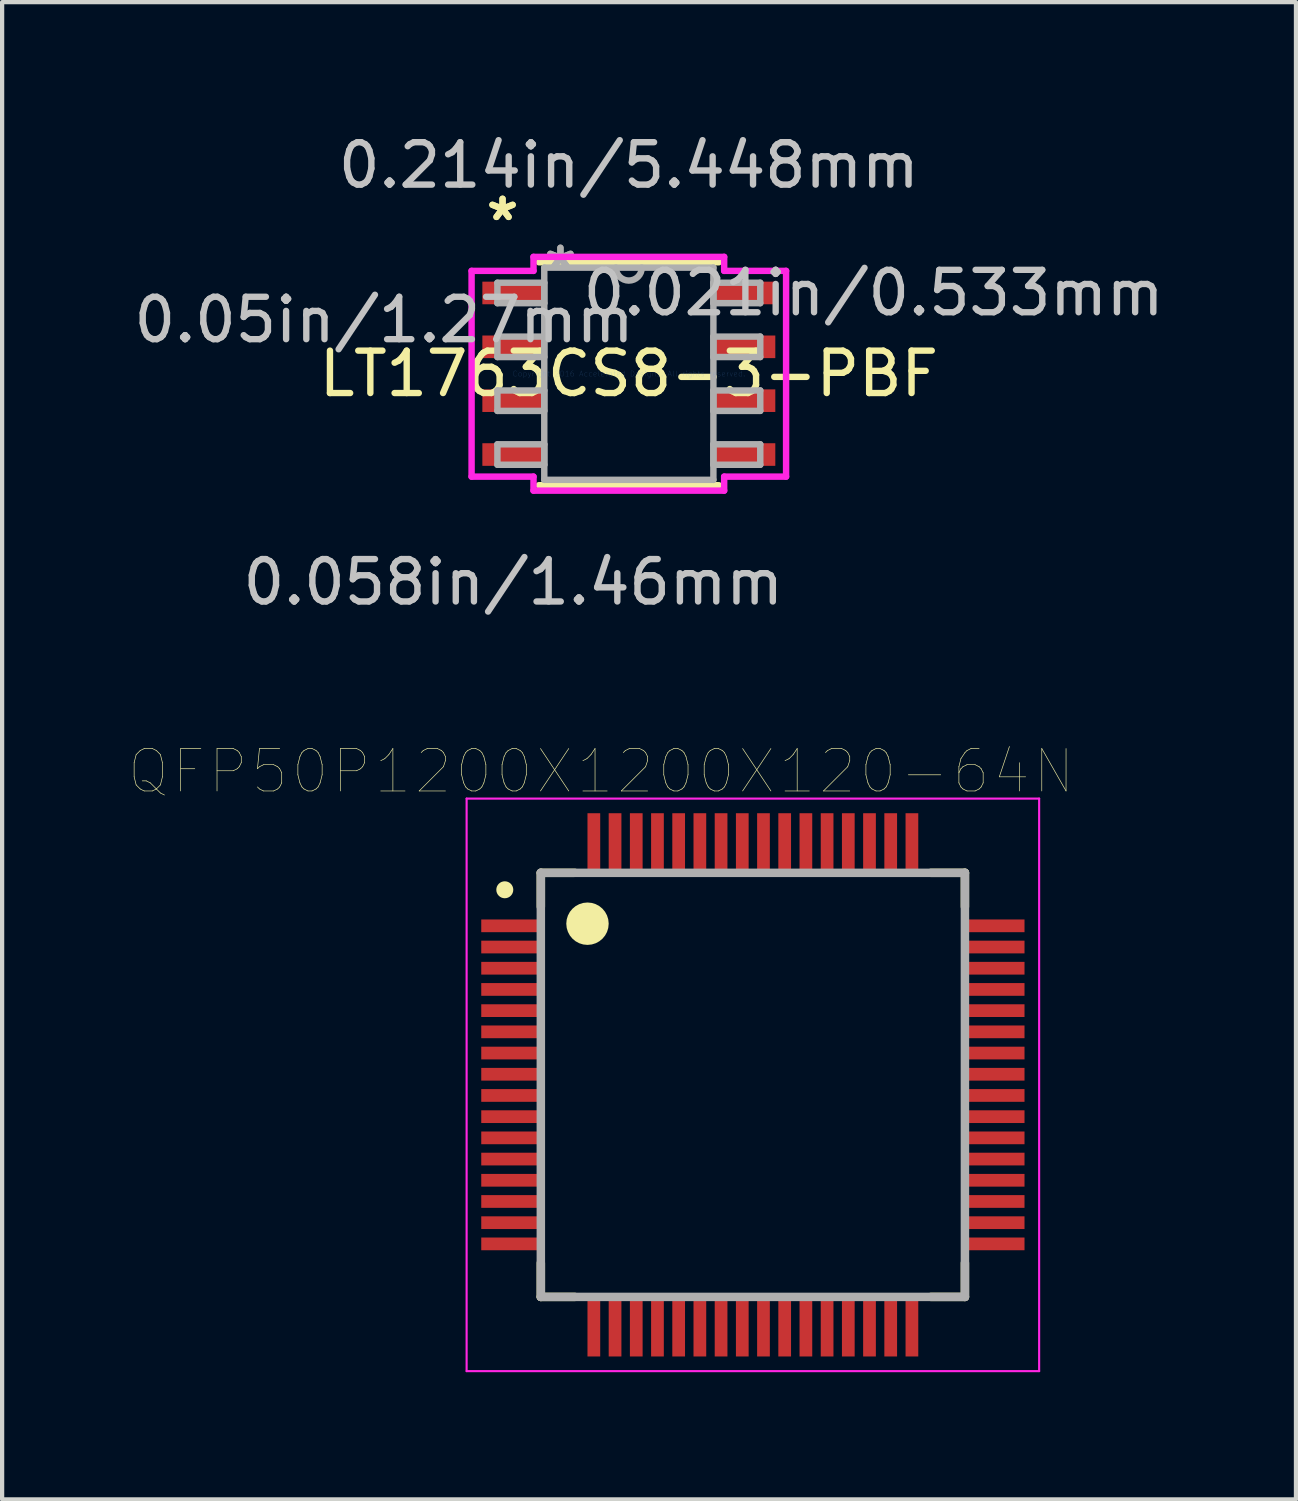
<source format=kicad_pcb>
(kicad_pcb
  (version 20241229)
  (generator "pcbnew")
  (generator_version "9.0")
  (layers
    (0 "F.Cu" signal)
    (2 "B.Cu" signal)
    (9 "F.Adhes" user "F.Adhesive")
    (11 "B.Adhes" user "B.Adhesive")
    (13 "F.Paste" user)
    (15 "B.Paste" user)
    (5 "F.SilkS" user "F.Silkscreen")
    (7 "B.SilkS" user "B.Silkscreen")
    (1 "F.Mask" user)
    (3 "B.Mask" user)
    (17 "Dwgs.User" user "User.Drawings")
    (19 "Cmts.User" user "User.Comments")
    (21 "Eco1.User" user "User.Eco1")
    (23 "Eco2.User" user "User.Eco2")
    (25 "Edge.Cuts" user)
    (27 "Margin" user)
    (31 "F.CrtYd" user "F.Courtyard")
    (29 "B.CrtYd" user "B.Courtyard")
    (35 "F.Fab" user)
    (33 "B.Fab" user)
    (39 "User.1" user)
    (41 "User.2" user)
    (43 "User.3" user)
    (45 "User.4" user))
  (footprint "LT1763CS8-3-PBF"
    (layer "F.Cu")
    (at 11.778 5.763)
    (property "Reference" "LT1763CS8-3-PBF" (at 0 0 0) (layer "F.SilkS") (effects (font (size 1 1) (thickness 0.15))))
    (attr through_hole)
    (fp_line (start -2.121 2.629) (end 2.121 2.629) (stroke (width 0.152) (type solid)) (layer "F.SilkS"))
    (fp_line (start 2.121 -2.629) (end -2.121 -2.629) (stroke (width 0.152) (type solid)) (layer "F.SilkS"))
    (fp_line (start -3.708 -2.426) (end -2.248 -2.426) (stroke (width 0.152) (type solid)) (layer "F.CrtYd"))
    (fp_line (start -3.708 2.426) (end -3.708 -2.426) (stroke (width 0.152) (type solid)) (layer "F.CrtYd"))
    (fp_line (start -2.248 -2.756) (end 2.248 -2.756) (stroke (width 0.152) (type solid)) (layer "F.CrtYd"))
    (fp_line (start -2.248 -2.426) (end -2.248 -2.756) (stroke (width 0.152) (type solid)) (layer "F.CrtYd"))
    (fp_line (start -2.248 2.426) (end -3.708 2.426) (stroke (width 0.152) (type solid)) (layer "F.CrtYd"))
    (fp_line (start -2.248 2.756) (end -2.248 2.426) (stroke (width 0.152) (type solid)) (layer "F.CrtYd"))
    (fp_line (start 2.248 -2.756) (end 2.248 -2.426) (stroke (width 0.152) (type solid)) (layer "F.CrtYd"))
    (fp_line (start 2.248 -2.426) (end 3.708 -2.426) (stroke (width 0.152) (type solid)) (layer "F.CrtYd"))
    (fp_line (start 2.248 2.426) (end 2.248 2.756) (stroke (width 0.152) (type solid)) (layer "F.CrtYd"))
    (fp_line (start 2.248 2.756) (end -2.248 2.756) (stroke (width 0.152) (type solid)) (layer "F.CrtYd"))
    (fp_line (start 3.708 -2.426) (end 3.708 2.426) (stroke (width 0.152) (type solid)) (layer "F.CrtYd"))
    (fp_line (start 3.708 2.426) (end 2.248 2.426) (stroke (width 0.152) (type solid)) (layer "F.CrtYd"))
    (fp_line (start -3.099 -2.146) (end -3.099 -1.664) (stroke (width 0.152) (type solid)) (layer "F.Fab"))
    (fp_line (start -3.099 -1.664) (end -1.994 -1.664) (stroke (width 0.152) (type solid)) (layer "F.Fab"))
    (fp_line (start -3.099 -0.876) (end -3.099 -0.394) (stroke (width 0.152) (type solid)) (layer "F.Fab"))
    (fp_line (start -3.099 -0.394) (end -1.994 -0.394) (stroke (width 0.152) (type solid)) (layer "F.Fab"))
    (fp_line (start -3.099 0.394) (end -3.099 0.876) (stroke (width 0.152) (type solid)) (layer "F.Fab"))
    (fp_line (start -3.099 0.876) (end -1.994 0.876) (stroke (width 0.152) (type solid)) (layer "F.Fab"))
    (fp_line (start -3.099 1.664) (end -3.099 2.146) (stroke (width 0.152) (type solid)) (layer "F.Fab"))
    (fp_line (start -3.099 2.146) (end -1.994 2.146) (stroke (width 0.152) (type solid)) (layer "F.Fab"))
    (fp_line (start -1.994 -2.502) (end -1.994 2.502) (stroke (width 0.152) (type solid)) (layer "F.Fab"))
    (fp_line (start -1.994 -2.146) (end -3.099 -2.146) (stroke (width 0.152) (type solid)) (layer "F.Fab"))
    (fp_line (start -1.994 -1.664) (end -1.994 -2.146) (stroke (width 0.152) (type solid)) (layer "F.Fab"))
    (fp_line (start -1.994 -0.876) (end -3.099 -0.876) (stroke (width 0.152) (type solid)) (layer "F.Fab"))
    (fp_line (start -1.994 -0.394) (end -1.994 -0.876) (stroke (width 0.152) (type solid)) (layer "F.Fab"))
    (fp_line (start -1.994 0.394) (end -3.099 0.394) (stroke (width 0.152) (type solid)) (layer "F.Fab"))
    (fp_line (start -1.994 0.876) (end -1.994 0.394) (stroke (width 0.152) (type solid)) (layer "F.Fab"))
    (fp_line (start -1.994 1.664) (end -3.099 1.664) (stroke (width 0.152) (type solid)) (layer "F.Fab"))
    (fp_line (start -1.994 2.146) (end -1.994 1.664) (stroke (width 0.152) (type solid)) (layer "F.Fab"))
    (fp_line (start -1.994 2.502) (end 1.994 2.502) (stroke (width 0.152) (type solid)) (layer "F.Fab"))
    (fp_line (start 1.994 -2.502) (end -1.994 -2.502) (stroke (width 0.152) (type solid)) (layer "F.Fab"))
    (fp_line (start 1.994 -2.146) (end 1.994 -1.664) (stroke (width 0.152) (type solid)) (layer "F.Fab"))
    (fp_line (start 1.994 -1.664) (end 3.099 -1.664) (stroke (width 0.152) (type solid)) (layer "F.Fab"))
    (fp_line (start 1.994 -0.876) (end 1.994 -0.394) (stroke (width 0.152) (type solid)) (layer "F.Fab"))
    (fp_line (start 1.994 -0.394) (end 3.099 -0.394) (stroke (width 0.152) (type solid)) (layer "F.Fab"))
    (fp_line (start 1.994 0.394) (end 1.994 0.876) (stroke (width 0.152) (type solid)) (layer "F.Fab"))
    (fp_line (start 1.994 0.876) (end 3.099 0.876) (stroke (width 0.152) (type solid)) (layer "F.Fab"))
    (fp_line (start 1.994 1.664) (end 1.994 2.146) (stroke (width 0.152) (type solid)) (layer "F.Fab"))
    (fp_line (start 1.994 2.146) (end 3.099 2.146) (stroke (width 0.152) (type solid)) (layer "F.Fab"))
    (fp_line (start 1.994 2.502) (end 1.994 -2.502) (stroke (width 0.152) (type solid)) (layer "F.Fab"))
    (fp_line (start 3.099 -2.146) (end 1.994 -2.146) (stroke (width 0.152) (type solid)) (layer "F.Fab"))
    (fp_line (start 3.099 -1.664) (end 3.099 -2.146) (stroke (width 0.152) (type solid)) (layer "F.Fab"))
    (fp_line (start 3.099 -0.876) (end 1.994 -0.876) (stroke (width 0.152) (type solid)) (layer "F.Fab"))
    (fp_line (start 3.099 -0.394) (end 3.099 -0.876) (stroke (width 0.152) (type solid)) (layer "F.Fab"))
    (fp_line (start 3.099 0.394) (end 1.994 0.394) (stroke (width 0.152) (type solid)) (layer "F.Fab"))
    (fp_line (start 3.099 0.876) (end 3.099 0.394) (stroke (width 0.152) (type solid)) (layer "F.Fab"))
    (fp_line (start 3.099 1.664) (end 1.994 1.664) (stroke (width 0.152) (type solid)) (layer "F.Fab"))
    (fp_line (start 3.099 2.146) (end 3.099 1.664) (stroke (width 0.152) (type solid)) (layer "F.Fab"))
    (fp_arc (start 0.3048 -2.5019) (mid 0 -2.1971) (end -0.3048 -2.5019) (stroke (width 0.1524) (type solid)) (layer "F.Fab"))
    (fp_text user "*" (at -2.978 -3.581 0) (layer "F.SilkS") (effects (font (size 1 1) (thickness 0.15))))
    (fp_text user "*" (at -2.978 -3.581 0) (layer "F.SilkS") (effects (font (size 1 1) (thickness 0.15))))
    (fp_text user "0.058in/1.46mm" (at -2.724 4.915 0) (layer "Dwgs.User") (effects (font (size 1 1) (thickness 0.15))))
    (fp_text user "0.021in/0.533mm" (at 5.772 -1.905 0) (layer "Dwgs.User") (effects (font (size 1 1) (thickness 0.15))))
    (fp_text user "0.214in/5.448mm" (at 0 -4.915 0) (layer "Dwgs.User") (effects (font (size 1 1) (thickness 0.15))))
    (fp_text user "0.05in/1.27mm" (at -5.772 -1.27 0) (layer "Dwgs.User") (effects (font (size 1 1) (thickness 0.15))))
    (fp_text user "Copyright 2016 Accelerated Designs. All rights reserved." (at 0 0 0) (layer "Cmts.User") (effects (font (size 0.127 0.127) (thickness 0.002))))
    (fp_text user "*" (at -1.613 -2.426 0) (layer "F.Fab") (effects (font (size 1 1) (thickness 0.15))))
    (fp_text user "*" (at -1.613 -2.426 0) (layer "F.Fab") (effects (font (size 1 1) (thickness 0.15))))
    (pad "1" smd rect (at -2.724 -1.905) (size 1.46 0.533) (layers "F.Cu" "F.Mask" "F.Paste"))
    (pad "2" smd rect (at -2.724 -0.635) (size 1.46 0.533) (layers "F.Cu" "F.Mask" "F.Paste"))
    (pad "3" smd rect (at -2.724 0.635) (size 1.46 0.533) (layers "F.Cu" "F.Mask" "F.Paste"))
    (pad "4" smd rect (at -2.724 1.905) (size 1.46 0.533) (layers "F.Cu" "F.Mask" "F.Paste"))
    (pad "5" smd rect (at 2.724 1.905) (size 1.46 0.533) (layers "F.Cu" "F.Mask" "F.Paste"))
    (pad "6" smd rect (at 2.724 0.635) (size 1.46 0.533) (layers "F.Cu" "F.Mask" "F.Paste"))
    (pad "7" smd rect (at 2.724 -0.635) (size 1.46 0.533) (layers "F.Cu" "F.Mask" "F.Paste"))
    (pad "8" smd rect (at 2.724 -1.905) (size 1.46 0.533) (layers "F.Cu" "F.Mask" "F.Paste")))
  (footprint "QFP50P1200X1200X120-64N"
    (layer "F.Cu")
    (at 14.703 22.531)
    (property "Reference" "QFP50P1200X1200X120-64N" (at -3.579 -7.392 0) (layer "F.SilkS") (effects (font (size 1.001 1.001) (thickness 0.015))))
    (attr through_hole)
    (fp_line (start -5 -5) (end -5 -4.2) (stroke (width 0.2) (type solid)) (layer "F.SilkS"))
    (fp_line (start -5 4.2) (end -5 5) (stroke (width 0.2) (type solid)) (layer "F.SilkS"))
    (fp_line (start -5 5) (end -4.2 5) (stroke (width 0.2) (type solid)) (layer "F.SilkS"))
    (fp_line (start -4.2 -5) (end -5 -5) (stroke (width 0.2) (type solid)) (layer "F.SilkS"))
    (fp_line (start 4.2 5) (end 5 5) (stroke (width 0.2) (type solid)) (layer "F.SilkS"))
    (fp_line (start 5 -5) (end 4.2 -5) (stroke (width 0.2) (type solid)) (layer "F.SilkS"))
    (fp_line (start 5 -4.2) (end 5 -5) (stroke (width 0.2) (type solid)) (layer "F.SilkS"))
    (fp_line (start 5 5) (end 5 4.2) (stroke (width 0.2) (type solid)) (layer "F.SilkS"))
    (fp_circle (center -5.85 -4.6) (end -5.75 -4.6) (stroke (width 0.2) (type solid)) (fill no) (layer "F.SilkS"))
    (fp_circle (center -3.9 -3.8) (end -3.65 -3.8) (stroke (width 0.5) (type solid)) (fill no) (layer "F.SilkS"))
    (fp_line (start -6.75 -6.75) (end 6.75 -6.75) (stroke (width 0.05) (type solid)) (layer "F.CrtYd"))
    (fp_line (start -6.75 6.75) (end -6.75 -6.75) (stroke (width 0.05) (type solid)) (layer "F.CrtYd"))
    (fp_line (start 6.75 -6.75) (end 6.75 6.75) (stroke (width 0.05) (type solid)) (layer "F.CrtYd"))
    (fp_line (start 6.75 6.75) (end -6.75 6.75) (stroke (width 0.05) (type solid)) (layer "F.CrtYd"))
    (fp_line (start -5 -5) (end 5 -5) (stroke (width 0.2) (type solid)) (layer "F.Fab"))
    (fp_line (start -5 5) (end -5 -5) (stroke (width 0.2) (type solid)) (layer "F.Fab"))
    (fp_line (start 5 -5) (end 5 5) (stroke (width 0.2) (type solid)) (layer "F.Fab"))
    (fp_line (start 5 5) (end -5 5) (stroke (width 0.2) (type solid)) (layer "F.Fab"))
    (pad "1" smd rect (at -5.67 -3.75) (size 1.47 0.3) (layers "F.Cu" "F.Mask" "F.Paste"))
    (pad "2" smd rect (at -5.67 -3.25) (size 1.47 0.3) (layers "F.Cu" "F.Mask" "F.Paste"))
    (pad "3" smd rect (at -5.67 -2.75) (size 1.47 0.3) (layers "F.Cu" "F.Mask" "F.Paste"))
    (pad "4" smd rect (at -5.67 -2.25) (size 1.47 0.3) (layers "F.Cu" "F.Mask" "F.Paste"))
    (pad "5" smd rect (at -5.67 -1.75) (size 1.47 0.3) (layers "F.Cu" "F.Mask" "F.Paste"))
    (pad "6" smd rect (at -5.67 -1.25) (size 1.47 0.3) (layers "F.Cu" "F.Mask" "F.Paste"))
    (pad "7" smd rect (at -5.67 -0.75) (size 1.47 0.3) (layers "F.Cu" "F.Mask" "F.Paste"))
    (pad "8" smd rect (at -5.67 -0.25) (size 1.47 0.3) (layers "F.Cu" "F.Mask" "F.Paste"))
    (pad "9" smd rect (at -5.67 0.25) (size 1.47 0.3) (layers "F.Cu" "F.Mask" "F.Paste"))
    (pad "10" smd rect (at -5.67 0.75) (size 1.47 0.3) (layers "F.Cu" "F.Mask" "F.Paste"))
    (pad "11" smd rect (at -5.67 1.25) (size 1.47 0.3) (layers "F.Cu" "F.Mask" "F.Paste"))
    (pad "12" smd rect (at -5.67 1.75) (size 1.47 0.3) (layers "F.Cu" "F.Mask" "F.Paste"))
    (pad "13" smd rect (at -5.67 2.25) (size 1.47 0.3) (layers "F.Cu" "F.Mask" "F.Paste"))
    (pad "14" smd rect (at -5.67 2.75) (size 1.47 0.3) (layers "F.Cu" "F.Mask" "F.Paste"))
    (pad "15" smd rect (at -5.67 3.25) (size 1.47 0.3) (layers "F.Cu" "F.Mask" "F.Paste"))
    (pad "16" smd rect (at -5.67 3.75) (size 1.47 0.3) (layers "F.Cu" "F.Mask" "F.Paste"))
    (pad "17" smd rect (at -3.75 5.67) (size 0.3 1.47) (layers "F.Cu" "F.Mask" "F.Paste"))
    (pad "18" smd rect (at -3.25 5.67) (size 0.3 1.47) (layers "F.Cu" "F.Mask" "F.Paste"))
    (pad "19" smd rect (at -2.75 5.67) (size 0.3 1.47) (layers "F.Cu" "F.Mask" "F.Paste"))
    (pad "20" smd rect (at -2.25 5.67) (size 0.3 1.47) (layers "F.Cu" "F.Mask" "F.Paste"))
    (pad "21" smd rect (at -1.75 5.67) (size 0.3 1.47) (layers "F.Cu" "F.Mask" "F.Paste"))
    (pad "22" smd rect (at -1.25 5.67) (size 0.3 1.47) (layers "F.Cu" "F.Mask" "F.Paste"))
    (pad "23" smd rect (at -0.75 5.67) (size 0.3 1.47) (layers "F.Cu" "F.Mask" "F.Paste"))
    (pad "24" smd rect (at -0.25 5.67) (size 0.3 1.47) (layers "F.Cu" "F.Mask" "F.Paste"))
    (pad "25" smd rect (at 0.25 5.67) (size 0.3 1.47) (layers "F.Cu" "F.Mask" "F.Paste"))
    (pad "26" smd rect (at 0.75 5.67) (size 0.3 1.47) (layers "F.Cu" "F.Mask" "F.Paste"))
    (pad "27" smd rect (at 1.25 5.67) (size 0.3 1.47) (layers "F.Cu" "F.Mask" "F.Paste"))
    (pad "28" smd rect (at 1.75 5.67) (size 0.3 1.47) (layers "F.Cu" "F.Mask" "F.Paste"))
    (pad "29" smd rect (at 2.25 5.67) (size 0.3 1.47) (layers "F.Cu" "F.Mask" "F.Paste"))
    (pad "30" smd rect (at 2.75 5.67) (size 0.3 1.47) (layers "F.Cu" "F.Mask" "F.Paste"))
    (pad "31" smd rect (at 3.25 5.67) (size 0.3 1.47) (layers "F.Cu" "F.Mask" "F.Paste"))
    (pad "32" smd rect (at 3.75 5.67) (size 0.3 1.47) (layers "F.Cu" "F.Mask" "F.Paste"))
    (pad "33" smd rect (at 5.67 3.75) (size 1.47 0.3) (layers "F.Cu" "F.Mask" "F.Paste"))
    (pad "34" smd rect (at 5.67 3.25) (size 1.47 0.3) (layers "F.Cu" "F.Mask" "F.Paste"))
    (pad "35" smd rect (at 5.67 2.75) (size 1.47 0.3) (layers "F.Cu" "F.Mask" "F.Paste"))
    (pad "36" smd rect (at 5.67 2.25) (size 1.47 0.3) (layers "F.Cu" "F.Mask" "F.Paste"))
    (pad "37" smd rect (at 5.67 1.75) (size 1.47 0.3) (layers "F.Cu" "F.Mask" "F.Paste"))
    (pad "38" smd rect (at 5.67 1.25) (size 1.47 0.3) (layers "F.Cu" "F.Mask" "F.Paste"))
    (pad "39" smd rect (at 5.67 0.75) (size 1.47 0.3) (layers "F.Cu" "F.Mask" "F.Paste"))
    (pad "40" smd rect (at 5.67 0.25) (size 1.47 0.3) (layers "F.Cu" "F.Mask" "F.Paste"))
    (pad "41" smd rect (at 5.67 -0.25) (size 1.47 0.3) (layers "F.Cu" "F.Mask" "F.Paste"))
    (pad "42" smd rect (at 5.67 -0.75) (size 1.47 0.3) (layers "F.Cu" "F.Mask" "F.Paste"))
    (pad "43" smd rect (at 5.67 -1.25) (size 1.47 0.3) (layers "F.Cu" "F.Mask" "F.Paste"))
    (pad "44" smd rect (at 5.67 -1.75) (size 1.47 0.3) (layers "F.Cu" "F.Mask" "F.Paste"))
    (pad "45" smd rect (at 5.67 -2.25) (size 1.47 0.3) (layers "F.Cu" "F.Mask" "F.Paste"))
    (pad "46" smd rect (at 5.67 -2.75) (size 1.47 0.3) (layers "F.Cu" "F.Mask" "F.Paste"))
    (pad "47" smd rect (at 5.67 -3.25) (size 1.47 0.3) (layers "F.Cu" "F.Mask" "F.Paste"))
    (pad "48" smd rect (at 5.67 -3.75) (size 1.47 0.3) (layers "F.Cu" "F.Mask" "F.Paste"))
    (pad "49" smd rect (at 3.75 -5.67) (size 0.3 1.47) (layers "F.Cu" "F.Mask" "F.Paste"))
    (pad "50" smd rect (at 3.25 -5.67) (size 0.3 1.47) (layers "F.Cu" "F.Mask" "F.Paste"))
    (pad "51" smd rect (at 2.75 -5.67) (size 0.3 1.47) (layers "F.Cu" "F.Mask" "F.Paste"))
    (pad "52" smd rect (at 2.25 -5.67) (size 0.3 1.47) (layers "F.Cu" "F.Mask" "F.Paste"))
    (pad "53" smd rect (at 1.75 -5.67) (size 0.3 1.47) (layers "F.Cu" "F.Mask" "F.Paste"))
    (pad "54" smd rect (at 1.25 -5.67) (size 0.3 1.47) (layers "F.Cu" "F.Mask" "F.Paste"))
    (pad "55" smd rect (at 0.75 -5.67) (size 0.3 1.47) (layers "F.Cu" "F.Mask" "F.Paste"))
    (pad "56" smd rect (at 0.25 -5.67) (size 0.3 1.47) (layers "F.Cu" "F.Mask" "F.Paste"))
    (pad "57" smd rect (at -0.25 -5.67) (size 0.3 1.47) (layers "F.Cu" "F.Mask" "F.Paste"))
    (pad "58" smd rect (at -0.75 -5.67) (size 0.3 1.47) (layers "F.Cu" "F.Mask" "F.Paste"))
    (pad "59" smd rect (at -1.25 -5.67) (size 0.3 1.47) (layers "F.Cu" "F.Mask" "F.Paste"))
    (pad "60" smd rect (at -1.75 -5.67) (size 0.3 1.47) (layers "F.Cu" "F.Mask" "F.Paste"))
    (pad "61" smd rect (at -2.25 -5.67) (size 0.3 1.47) (layers "F.Cu" "F.Mask" "F.Paste"))
    (pad "62" smd rect (at -2.75 -5.67) (size 0.3 1.47) (layers "F.Cu" "F.Mask" "F.Paste"))
    (pad "63" smd rect (at -3.25 -5.67) (size 0.3 1.47) (layers "F.Cu" "F.Mask" "F.Paste"))
    (pad "64" smd rect (at -3.75 -5.67) (size 0.3 1.47) (layers "F.Cu" "F.Mask" "F.Paste")))
  (gr_rect
    (start -3 -3)
    (end 27.509 32.306)
    (stroke (width 0.1) (type default))
    (fill no)
    (layer "Edge.Cuts")))
</source>
